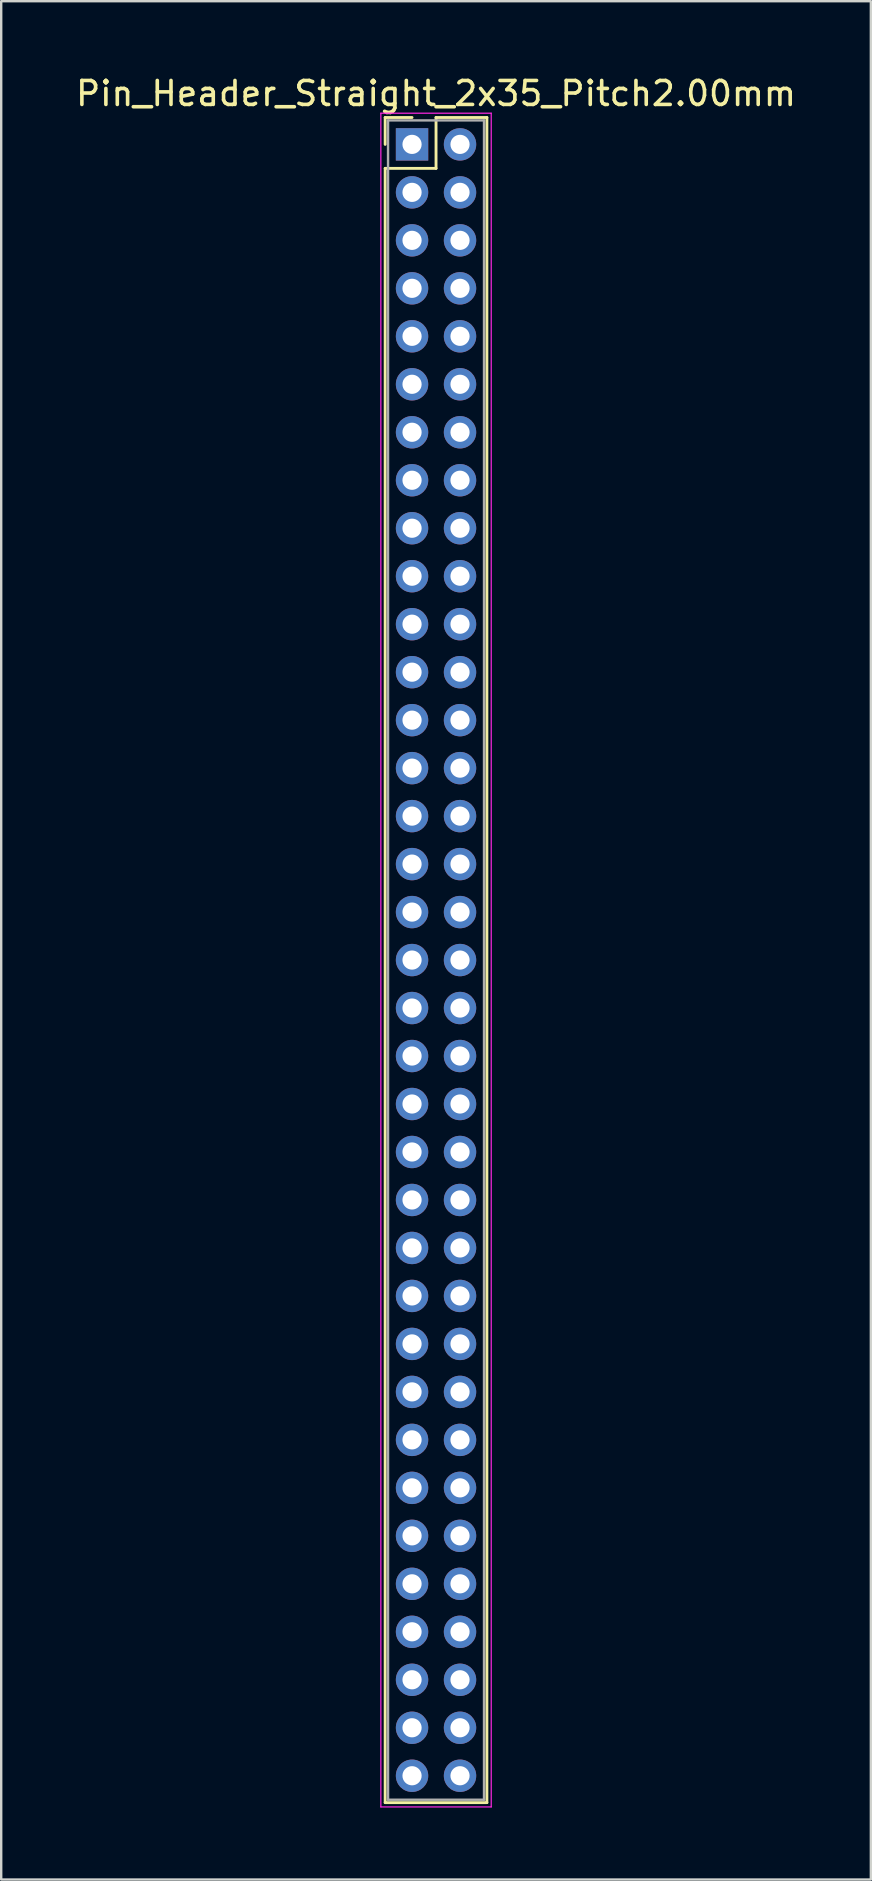
<source format=kicad_pcb>
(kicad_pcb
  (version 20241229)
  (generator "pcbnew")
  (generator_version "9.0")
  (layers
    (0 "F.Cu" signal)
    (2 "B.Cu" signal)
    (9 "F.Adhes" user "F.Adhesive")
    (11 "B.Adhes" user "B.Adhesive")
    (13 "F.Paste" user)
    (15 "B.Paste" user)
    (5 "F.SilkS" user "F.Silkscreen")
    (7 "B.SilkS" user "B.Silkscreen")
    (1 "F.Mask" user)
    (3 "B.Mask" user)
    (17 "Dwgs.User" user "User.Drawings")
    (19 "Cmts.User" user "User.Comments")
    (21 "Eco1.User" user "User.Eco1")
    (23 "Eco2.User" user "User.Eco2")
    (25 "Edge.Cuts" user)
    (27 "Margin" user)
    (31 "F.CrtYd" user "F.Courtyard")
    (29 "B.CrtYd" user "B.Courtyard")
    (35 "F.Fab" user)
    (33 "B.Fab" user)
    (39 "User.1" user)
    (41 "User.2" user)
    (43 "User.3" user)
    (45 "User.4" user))
  (footprint "Pin_Header_Straight_2x35_Pitch2.00mm"
    (layer "F.Cu")
    (at 14.125 2.968)
    (property "Reference" "Pin_Header_Straight_2x35_Pitch2.00mm" (at 1 -2.12 0) (layer "F.SilkS") (effects (font (size 1 1) (thickness 0.15))))
    (attr through_hole)
    (fp_line (start -1.12 -1.12) (end 0 -1.12) (stroke (width 0.12) (type solid)) (layer "F.SilkS"))
    (fp_line (start -1.12 0) (end -1.12 -1.12) (stroke (width 0.12) (type solid)) (layer "F.SilkS"))
    (fp_line (start -1.12 1) (end -1.12 69.12) (stroke (width 0.12) (type solid)) (layer "F.SilkS"))
    (fp_line (start -1.12 69.12) (end 3.12 69.12) (stroke (width 0.12) (type solid)) (layer "F.SilkS"))
    (fp_line (start 1 -1.12) (end 1 1) (stroke (width 0.12) (type solid)) (layer "F.SilkS"))
    (fp_line (start 1 1) (end -1.12 1) (stroke (width 0.12) (type solid)) (layer "F.SilkS"))
    (fp_line (start 3.12 -1.12) (end 1 -1.12) (stroke (width 0.12) (type solid)) (layer "F.SilkS"))
    (fp_line (start 3.12 69.12) (end 3.12 -1.12) (stroke (width 0.12) (type solid)) (layer "F.SilkS"))
    (fp_line (start -1.3 -1.3) (end -1.3 69.3) (stroke (width 0.05) (type solid)) (layer "F.CrtYd"))
    (fp_line (start -1.3 69.3) (end 3.3 69.3) (stroke (width 0.05) (type solid)) (layer "F.CrtYd"))
    (fp_line (start 3.3 -1.3) (end -1.3 -1.3) (stroke (width 0.05) (type solid)) (layer "F.CrtYd"))
    (fp_line (start 3.3 69.3) (end 3.3 -1.3) (stroke (width 0.05) (type solid)) (layer "F.CrtYd"))
    (fp_line (start -1 -1) (end -1 69) (stroke (width 0.1) (type solid)) (layer "F.Fab"))
    (fp_line (start -1 69) (end 3 69) (stroke (width 0.1) (type solid)) (layer "F.Fab"))
    (fp_line (start 3 -1) (end -1 -1) (stroke (width 0.1) (type solid)) (layer "F.Fab"))
    (fp_line (start 3 69) (end 3 -1) (stroke (width 0.1) (type solid)) (layer "F.Fab"))
    (pad "1" thru_hole rect (at 0 0) (size 1.35 1.35) (drill 0.8) (layers "*.Cu" "*.Mask"))
    (pad "2" thru_hole oval (at 2 0) (size 1.35 1.35) (drill 0.8) (layers "*.Cu" "*.Mask"))
    (pad "3" thru_hole oval (at 0 2) (size 1.35 1.35) (drill 0.8) (layers "*.Cu" "*.Mask"))
    (pad "4" thru_hole oval (at 2 2) (size 1.35 1.35) (drill 0.8) (layers "*.Cu" "*.Mask"))
    (pad "5" thru_hole oval (at 0 4) (size 1.35 1.35) (drill 0.8) (layers "*.Cu" "*.Mask"))
    (pad "6" thru_hole oval (at 2 4) (size 1.35 1.35) (drill 0.8) (layers "*.Cu" "*.Mask"))
    (pad "7" thru_hole oval (at 0 6) (size 1.35 1.35) (drill 0.8) (layers "*.Cu" "*.Mask"))
    (pad "8" thru_hole oval (at 2 6) (size 1.35 1.35) (drill 0.8) (layers "*.Cu" "*.Mask"))
    (pad "9" thru_hole oval (at 0 8) (size 1.35 1.35) (drill 0.8) (layers "*.Cu" "*.Mask"))
    (pad "10" thru_hole oval (at 2 8) (size 1.35 1.35) (drill 0.8) (layers "*.Cu" "*.Mask"))
    (pad "11" thru_hole oval (at 0 10) (size 1.35 1.35) (drill 0.8) (layers "*.Cu" "*.Mask"))
    (pad "12" thru_hole oval (at 2 10) (size 1.35 1.35) (drill 0.8) (layers "*.Cu" "*.Mask"))
    (pad "13" thru_hole oval (at 0 12) (size 1.35 1.35) (drill 0.8) (layers "*.Cu" "*.Mask"))
    (pad "14" thru_hole oval (at 2 12) (size 1.35 1.35) (drill 0.8) (layers "*.Cu" "*.Mask"))
    (pad "15" thru_hole oval (at 0 14) (size 1.35 1.35) (drill 0.8) (layers "*.Cu" "*.Mask"))
    (pad "16" thru_hole oval (at 2 14) (size 1.35 1.35) (drill 0.8) (layers "*.Cu" "*.Mask"))
    (pad "17" thru_hole oval (at 0 16) (size 1.35 1.35) (drill 0.8) (layers "*.Cu" "*.Mask"))
    (pad "18" thru_hole oval (at 2 16) (size 1.35 1.35) (drill 0.8) (layers "*.Cu" "*.Mask"))
    (pad "19" thru_hole oval (at 0 18) (size 1.35 1.35) (drill 0.8) (layers "*.Cu" "*.Mask"))
    (pad "20" thru_hole oval (at 2 18) (size 1.35 1.35) (drill 0.8) (layers "*.Cu" "*.Mask"))
    (pad "21" thru_hole oval (at 0 20) (size 1.35 1.35) (drill 0.8) (layers "*.Cu" "*.Mask"))
    (pad "22" thru_hole oval (at 2 20) (size 1.35 1.35) (drill 0.8) (layers "*.Cu" "*.Mask"))
    (pad "23" thru_hole oval (at 0 22) (size 1.35 1.35) (drill 0.8) (layers "*.Cu" "*.Mask"))
    (pad "24" thru_hole oval (at 2 22) (size 1.35 1.35) (drill 0.8) (layers "*.Cu" "*.Mask"))
    (pad "25" thru_hole oval (at 0 24) (size 1.35 1.35) (drill 0.8) (layers "*.Cu" "*.Mask"))
    (pad "26" thru_hole oval (at 2 24) (size 1.35 1.35) (drill 0.8) (layers "*.Cu" "*.Mask"))
    (pad "27" thru_hole oval (at 0 26) (size 1.35 1.35) (drill 0.8) (layers "*.Cu" "*.Mask"))
    (pad "28" thru_hole oval (at 2 26) (size 1.35 1.35) (drill 0.8) (layers "*.Cu" "*.Mask"))
    (pad "29" thru_hole oval (at 0 28) (size 1.35 1.35) (drill 0.8) (layers "*.Cu" "*.Mask"))
    (pad "30" thru_hole oval (at 2 28) (size 1.35 1.35) (drill 0.8) (layers "*.Cu" "*.Mask"))
    (pad "31" thru_hole oval (at 0 30) (size 1.35 1.35) (drill 0.8) (layers "*.Cu" "*.Mask"))
    (pad "32" thru_hole oval (at 2 30) (size 1.35 1.35) (drill 0.8) (layers "*.Cu" "*.Mask"))
    (pad "33" thru_hole oval (at 0 32) (size 1.35 1.35) (drill 0.8) (layers "*.Cu" "*.Mask"))
    (pad "34" thru_hole oval (at 2 32) (size 1.35 1.35) (drill 0.8) (layers "*.Cu" "*.Mask"))
    (pad "35" thru_hole oval (at 0 34) (size 1.35 1.35) (drill 0.8) (layers "*.Cu" "*.Mask"))
    (pad "36" thru_hole oval (at 2 34) (size 1.35 1.35) (drill 0.8) (layers "*.Cu" "*.Mask"))
    (pad "37" thru_hole oval (at 0 36) (size 1.35 1.35) (drill 0.8) (layers "*.Cu" "*.Mask"))
    (pad "38" thru_hole oval (at 2 36) (size 1.35 1.35) (drill 0.8) (layers "*.Cu" "*.Mask"))
    (pad "39" thru_hole oval (at 0 38) (size 1.35 1.35) (drill 0.8) (layers "*.Cu" "*.Mask"))
    (pad "40" thru_hole oval (at 2 38) (size 1.35 1.35) (drill 0.8) (layers "*.Cu" "*.Mask"))
    (pad "41" thru_hole oval (at 0 40) (size 1.35 1.35) (drill 0.8) (layers "*.Cu" "*.Mask"))
    (pad "42" thru_hole oval (at 2 40) (size 1.35 1.35) (drill 0.8) (layers "*.Cu" "*.Mask"))
    (pad "43" thru_hole oval (at 0 42) (size 1.35 1.35) (drill 0.8) (layers "*.Cu" "*.Mask"))
    (pad "44" thru_hole oval (at 2 42) (size 1.35 1.35) (drill 0.8) (layers "*.Cu" "*.Mask"))
    (pad "45" thru_hole oval (at 0 44) (size 1.35 1.35) (drill 0.8) (layers "*.Cu" "*.Mask"))
    (pad "46" thru_hole oval (at 2 44) (size 1.35 1.35) (drill 0.8) (layers "*.Cu" "*.Mask"))
    (pad "47" thru_hole oval (at 0 46) (size 1.35 1.35) (drill 0.8) (layers "*.Cu" "*.Mask"))
    (pad "48" thru_hole oval (at 2 46) (size 1.35 1.35) (drill 0.8) (layers "*.Cu" "*.Mask"))
    (pad "49" thru_hole oval (at 0 48) (size 1.35 1.35) (drill 0.8) (layers "*.Cu" "*.Mask"))
    (pad "50" thru_hole oval (at 2 48) (size 1.35 1.35) (drill 0.8) (layers "*.Cu" "*.Mask"))
    (pad "51" thru_hole oval (at 0 50) (size 1.35 1.35) (drill 0.8) (layers "*.Cu" "*.Mask"))
    (pad "52" thru_hole oval (at 2 50) (size 1.35 1.35) (drill 0.8) (layers "*.Cu" "*.Mask"))
    (pad "53" thru_hole oval (at 0 52) (size 1.35 1.35) (drill 0.8) (layers "*.Cu" "*.Mask"))
    (pad "54" thru_hole oval (at 2 52) (size 1.35 1.35) (drill 0.8) (layers "*.Cu" "*.Mask"))
    (pad "55" thru_hole oval (at 0 54) (size 1.35 1.35) (drill 0.8) (layers "*.Cu" "*.Mask"))
    (pad "56" thru_hole oval (at 2 54) (size 1.35 1.35) (drill 0.8) (layers "*.Cu" "*.Mask"))
    (pad "57" thru_hole oval (at 0 56) (size 1.35 1.35) (drill 0.8) (layers "*.Cu" "*.Mask"))
    (pad "58" thru_hole oval (at 2 56) (size 1.35 1.35) (drill 0.8) (layers "*.Cu" "*.Mask"))
    (pad "59" thru_hole oval (at 0 58) (size 1.35 1.35) (drill 0.8) (layers "*.Cu" "*.Mask"))
    (pad "60" thru_hole oval (at 2 58) (size 1.35 1.35) (drill 0.8) (layers "*.Cu" "*.Mask"))
    (pad "61" thru_hole oval (at 0 60) (size 1.35 1.35) (drill 0.8) (layers "*.Cu" "*.Mask"))
    (pad "62" thru_hole oval (at 2 60) (size 1.35 1.35) (drill 0.8) (layers "*.Cu" "*.Mask"))
    (pad "63" thru_hole oval (at 0 62) (size 1.35 1.35) (drill 0.8) (layers "*.Cu" "*.Mask"))
    (pad "64" thru_hole oval (at 2 62) (size 1.35 1.35) (drill 0.8) (layers "*.Cu" "*.Mask"))
    (pad "65" thru_hole oval (at 0 64) (size 1.35 1.35) (drill 0.8) (layers "*.Cu" "*.Mask"))
    (pad "66" thru_hole oval (at 2 64) (size 1.35 1.35) (drill 0.8) (layers "*.Cu" "*.Mask"))
    (pad "67" thru_hole oval (at 0 66) (size 1.35 1.35) (drill 0.8) (layers "*.Cu" "*.Mask"))
    (pad "68" thru_hole oval (at 2 66) (size 1.35 1.35) (drill 0.8) (layers "*.Cu" "*.Mask"))
    (pad "69" thru_hole oval (at 0 68) (size 1.35 1.35) (drill 0.8) (layers "*.Cu" "*.Mask"))
    (pad "70" thru_hole oval (at 2 68) (size 1.35 1.35) (drill 0.8) (layers "*.Cu" "*.Mask")))
  (gr_rect
    (start -3 -3)
    (end 33.25 75.293)
    (stroke (width 0.1) (type default))
    (fill no)
    (layer "Edge.Cuts")))
</source>
